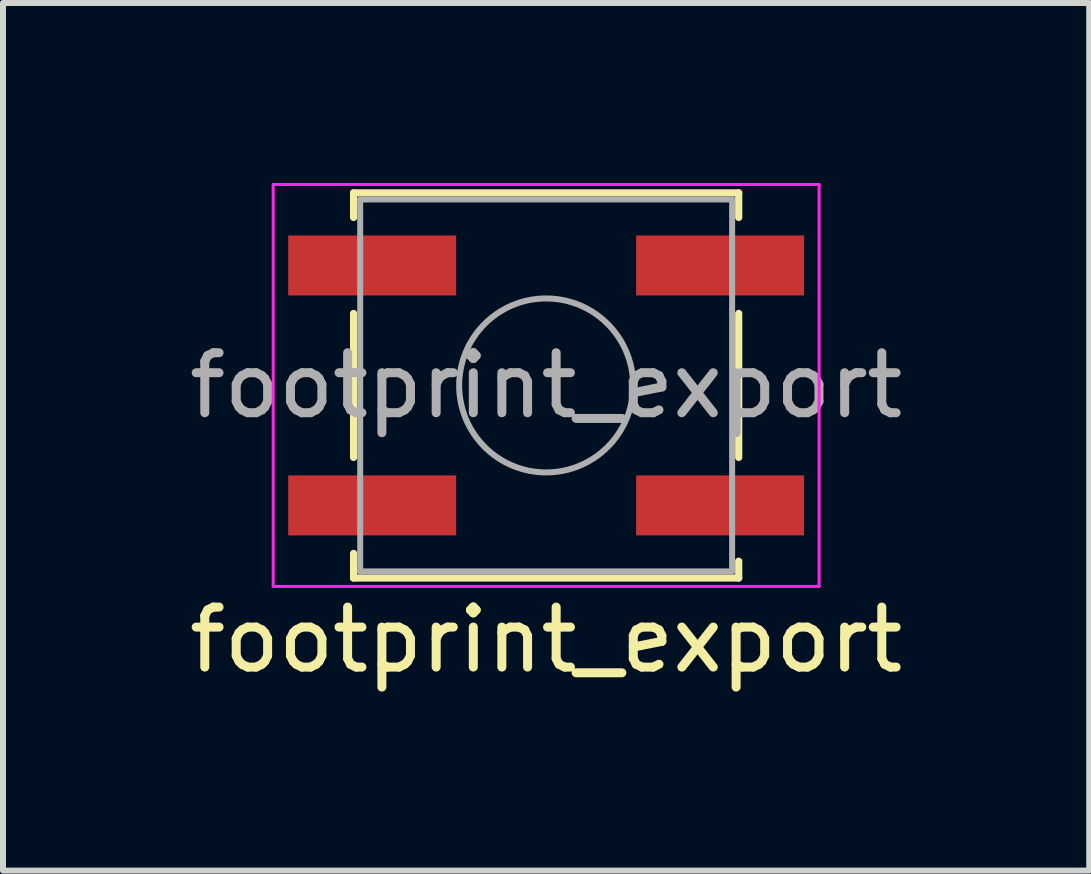
<source format=kicad_pcb>
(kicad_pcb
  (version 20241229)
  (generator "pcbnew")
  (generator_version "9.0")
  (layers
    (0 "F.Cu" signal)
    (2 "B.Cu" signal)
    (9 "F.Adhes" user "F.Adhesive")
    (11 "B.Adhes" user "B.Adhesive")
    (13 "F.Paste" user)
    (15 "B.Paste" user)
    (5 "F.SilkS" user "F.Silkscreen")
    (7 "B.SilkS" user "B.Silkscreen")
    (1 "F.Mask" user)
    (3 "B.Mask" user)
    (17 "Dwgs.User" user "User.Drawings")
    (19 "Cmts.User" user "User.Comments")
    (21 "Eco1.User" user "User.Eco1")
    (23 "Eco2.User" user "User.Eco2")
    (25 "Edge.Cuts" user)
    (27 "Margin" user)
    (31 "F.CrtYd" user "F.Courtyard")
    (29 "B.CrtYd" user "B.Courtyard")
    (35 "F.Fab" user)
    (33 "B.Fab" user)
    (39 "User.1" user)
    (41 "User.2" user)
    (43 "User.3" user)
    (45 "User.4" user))
  (footprint "footprint_export"
    (layer "F.Cu")
    (at 6.054 3.375)
    (property "Reference" "footprint_export" (at 0 4.24 0) (layer "F.SilkS") (effects (font (size 1 1) (thickness 0.15))))
    (attr smd)
    (fp_line (start -3.21 -3.21) (end -3.21 -2.8) (stroke (width 0.12) (type solid)) (layer "F.SilkS"))
    (fp_line (start -3.21 -1.2) (end -3.21 1.2) (stroke (width 0.12) (type solid)) (layer "F.SilkS"))
    (fp_line (start -3.21 2.8) (end -3.21 3.21) (stroke (width 0.12) (type solid)) (layer "F.SilkS"))
    (fp_line (start -3.21 3.21) (end 3.21 3.21) (stroke (width 0.12) (type solid)) (layer "F.SilkS"))
    (fp_line (start 3.21 -3.21) (end -3.21 -3.21) (stroke (width 0.12) (type solid)) (layer "F.SilkS"))
    (fp_line (start 3.21 -2.8) (end 3.21 -3.21) (stroke (width 0.12) (type solid)) (layer "F.SilkS"))
    (fp_line (start 3.21 1.2) (end 3.21 -1.2) (stroke (width 0.12) (type solid)) (layer "F.SilkS"))
    (fp_line (start 3.21 3.21) (end 3.21 2.93) (stroke (width 0.12) (type solid)) (layer "F.SilkS"))
    (fp_line (start -4.55 -3.35) (end 4.55 -3.35) (stroke (width 0.05) (type solid)) (layer "F.CrtYd"))
    (fp_line (start -4.55 3.35) (end -4.55 -3.35) (stroke (width 0.05) (type solid)) (layer "F.CrtYd"))
    (fp_line (start 4.55 -3.35) (end 4.55 3.35) (stroke (width 0.05) (type solid)) (layer "F.CrtYd"))
    (fp_line (start 4.55 3.35) (end -4.55 3.35) (stroke (width 0.05) (type solid)) (layer "F.CrtYd"))
    (fp_line (start -3.1 -3.1) (end 3.1 -3.1) (stroke (width 0.1) (type solid)) (layer "F.Fab"))
    (fp_line (start -3.1 3.1) (end -3.1 -3.1) (stroke (width 0.1) (type solid)) (layer "F.Fab"))
    (fp_line (start 3.1 -3.1) (end 3.1 3.1) (stroke (width 0.1) (type solid)) (layer "F.Fab"))
    (fp_line (start 3.1 3.1) (end -3.1 3.1) (stroke (width 0.1) (type solid)) (layer "F.Fab"))
    (fp_circle (center 0 0) (end 1.45 0) (stroke (width 0.1) (type solid)) (fill no) (layer "F.Fab"))
    (fp_text user "${REFERENCE}" (at 0 0 0) (layer "F.Fab") (effects (font (size 1 1) (thickness 0.15))))
    (pad "1" smd rect (at -2.9 -2) (size 2.8 1) (layers "F.Cu" "F.Mask" "F.Paste"))
    (pad "1" smd rect (at 2.9 -2) (size 2.8 1) (layers "F.Cu" "F.Mask" "F.Paste"))
    (pad "2" smd rect (at -2.9 2) (size 2.8 1) (layers "F.Cu" "F.Mask" "F.Paste"))
    (pad "2" smd rect (at 2.9 2) (size 2.8 1) (layers "F.Cu" "F.Mask" "F.Paste")))
  (gr_rect
    (start -3 -3)
    (end 15.107 11.463)
    (stroke (width 0.1) (type default))
    (fill no)
    (layer "Edge.Cuts")))
</source>
